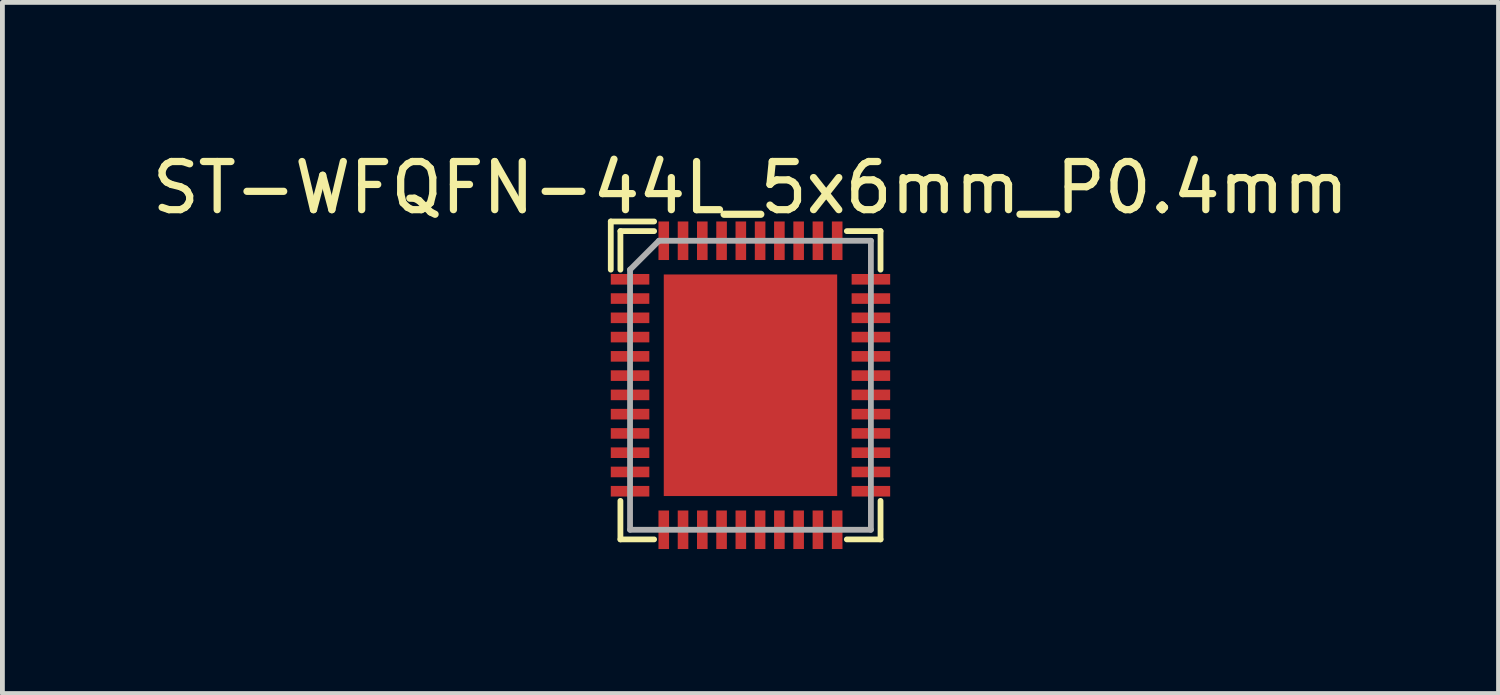
<source format=kicad_pcb>
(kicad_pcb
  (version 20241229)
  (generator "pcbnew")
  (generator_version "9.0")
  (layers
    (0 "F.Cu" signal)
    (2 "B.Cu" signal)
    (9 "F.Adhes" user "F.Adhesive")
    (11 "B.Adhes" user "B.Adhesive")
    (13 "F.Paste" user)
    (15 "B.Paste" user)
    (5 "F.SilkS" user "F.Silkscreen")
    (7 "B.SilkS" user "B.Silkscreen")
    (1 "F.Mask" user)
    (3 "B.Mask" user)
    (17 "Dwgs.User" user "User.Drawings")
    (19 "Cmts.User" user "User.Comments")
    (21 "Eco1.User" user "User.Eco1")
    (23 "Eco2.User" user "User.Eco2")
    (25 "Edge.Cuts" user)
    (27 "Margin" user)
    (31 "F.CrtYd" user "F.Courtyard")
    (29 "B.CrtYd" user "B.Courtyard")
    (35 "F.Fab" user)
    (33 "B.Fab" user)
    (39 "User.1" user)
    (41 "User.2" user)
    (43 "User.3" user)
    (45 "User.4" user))
  (footprint "ST-WFQFN-44L_5x6mm_P0.4mm"
    (layer "F.Cu")
    (at 12.53 4.948)
    (property "Reference" "ST-WFQFN-44L_5x6mm_P0.4mm" (at 0 -4.1 0) (layer "F.SilkS") (effects (font (size 1 1) (thickness 0.15))))
    (attr smd)
    (fp_line (start -2.9 -2.4) (end -2.9 -3.4) (stroke (width 0.12) (type solid)) (layer "F.SilkS"))
    (fp_line (start -2.7 -3.2) (end -2.7 -2.4) (stroke (width 0.12) (type solid)) (layer "F.SilkS"))
    (fp_line (start -2.7 2.4) (end -2.7 3.2) (stroke (width 0.12) (type solid)) (layer "F.SilkS"))
    (fp_line (start -2.7 3.2) (end -2 3.2) (stroke (width 0.12) (type solid)) (layer "F.SilkS"))
    (fp_line (start -2 -3.4) (end -2.9 -3.4) (stroke (width 0.12) (type solid)) (layer "F.SilkS"))
    (fp_line (start -2 -3.2) (end -2.7 -3.2) (stroke (width 0.12) (type solid)) (layer "F.SilkS"))
    (fp_line (start 2 -3.2) (end 2.7 -3.2) (stroke (width 0.12) (type solid)) (layer "F.SilkS"))
    (fp_line (start 2 3.2) (end 2.7 3.2) (stroke (width 0.12) (type solid)) (layer "F.SilkS"))
    (fp_line (start 2.7 -3.2) (end 2.7 -2.4) (stroke (width 0.12) (type solid)) (layer "F.SilkS"))
    (fp_line (start 2.7 3.2) (end 2.7 2.4) (stroke (width 0.12) (type solid)) (layer "F.SilkS"))
    (fp_line (start -2.5 -2.4) (end -1.9 -3) (stroke (width 0.12) (type solid)) (layer "F.Fab"))
    (fp_line (start -2.5 3) (end -2.5 -2.4) (stroke (width 0.12) (type solid)) (layer "F.Fab"))
    (fp_line (start -1.9 -3) (end 2.5 -3) (stroke (width 0.12) (type solid)) (layer "F.Fab"))
    (fp_line (start 2.5 -3) (end 2.5 3) (stroke (width 0.12) (type solid)) (layer "F.Fab"))
    (fp_line (start 2.5 3) (end -2.5 3) (stroke (width 0.12) (type solid)) (layer "F.Fab"))
    (pad "" smd rect (at -1.25 -1.8) (size 1.1 1) (layers "F.Paste"))
    (pad "" smd rect (at -1.25 -0.6) (size 1.1 1) (layers "F.Paste"))
    (pad "" smd rect (at -1.25 0.6) (size 1.1 1) (layers "F.Paste"))
    (pad "" smd rect (at -1.25 1.8) (size 1.1 1) (layers "F.Paste"))
    (pad "" smd rect (at 0 -1.8) (size 1 1) (layers "F.Paste"))
    (pad "" smd rect (at 0 -0.6) (size 1 1) (layers "F.Paste"))
    (pad "" smd rect (at 0 0.6) (size 1 1) (layers "F.Paste"))
    (pad "" smd rect (at 0 1.8) (size 1 1) (layers "F.Paste"))
    (pad "" smd rect (at 1.25 -1.8) (size 1.1 1) (layers "F.Paste"))
    (pad "" smd rect (at 1.25 -0.6) (size 1.1 1) (layers "F.Paste"))
    (pad "" smd rect (at 1.25 0.6) (size 1.1 1) (layers "F.Paste"))
    (pad "" smd rect (at 1.25 1.8) (size 1.1 1) (layers "F.Paste"))
    (pad "1" smd rect (at -2.5 -2.2) (size 0.8 0.22) (layers "F.Cu" "F.Mask" "F.Paste"))
    (pad "2" smd rect (at -2.5 -1.8) (size 0.8 0.22) (layers "F.Cu" "F.Mask" "F.Paste"))
    (pad "3" smd rect (at -2.5 -1.4) (size 0.8 0.22) (layers "F.Cu" "F.Mask" "F.Paste"))
    (pad "4" smd rect (at -2.5 -1) (size 0.8 0.22) (layers "F.Cu" "F.Mask" "F.Paste"))
    (pad "5" smd rect (at -2.5 -0.6) (size 0.8 0.22) (layers "F.Cu" "F.Mask" "F.Paste"))
    (pad "6" smd rect (at -2.5 -0.2) (size 0.8 0.22) (layers "F.Cu" "F.Mask" "F.Paste"))
    (pad "7" smd rect (at -2.5 0.2) (size 0.8 0.22) (layers "F.Cu" "F.Mask" "F.Paste"))
    (pad "8" smd rect (at -2.5 0.6) (size 0.8 0.22) (layers "F.Cu" "F.Mask" "F.Paste"))
    (pad "9" smd rect (at -2.5 1) (size 0.8 0.22) (layers "F.Cu" "F.Mask" "F.Paste"))
    (pad "10" smd rect (at -2.5 1.4) (size 0.8 0.22) (layers "F.Cu" "F.Mask" "F.Paste"))
    (pad "11" smd rect (at -2.5 1.8) (size 0.8 0.22) (layers "F.Cu" "F.Mask" "F.Paste"))
    (pad "12" smd rect (at -2.5 2.2) (size 0.8 0.22) (layers "F.Cu" "F.Mask" "F.Paste"))
    (pad "13" smd rect (at -1.8 3 90) (size 0.8 0.22) (layers "F.Cu" "F.Mask" "F.Paste"))
    (pad "14" smd rect (at -1.4 3 90) (size 0.8 0.22) (layers "F.Cu" "F.Mask" "F.Paste"))
    (pad "15" smd rect (at -1 3 90) (size 0.8 0.22) (layers "F.Cu" "F.Mask" "F.Paste"))
    (pad "16" smd rect (at -0.6 3 90) (size 0.8 0.22) (layers "F.Cu" "F.Mask" "F.Paste"))
    (pad "17" smd rect (at -0.2 3 90) (size 0.8 0.22) (layers "F.Cu" "F.Mask" "F.Paste"))
    (pad "18" smd rect (at 0.2 3 90) (size 0.8 0.22) (layers "F.Cu" "F.Mask" "F.Paste"))
    (pad "19" smd rect (at 0.6 3 90) (size 0.8 0.22) (layers "F.Cu" "F.Mask" "F.Paste"))
    (pad "20" smd rect (at 1 3 90) (size 0.8 0.22) (layers "F.Cu" "F.Mask" "F.Paste"))
    (pad "21" smd rect (at 1.4 3 90) (size 0.8 0.22) (layers "F.Cu" "F.Mask" "F.Paste"))
    (pad "22" smd rect (at 1.8 3 90) (size 0.8 0.22) (layers "F.Cu" "F.Mask" "F.Paste"))
    (pad "23" smd rect (at 2.5 2.2 180) (size 0.8 0.22) (layers "F.Cu" "F.Mask" "F.Paste"))
    (pad "24" smd rect (at 2.5 1.8 180) (size 0.8 0.22) (layers "F.Cu" "F.Mask" "F.Paste"))
    (pad "25" smd rect (at 2.5 1.4 180) (size 0.8 0.22) (layers "F.Cu" "F.Mask" "F.Paste"))
    (pad "26" smd rect (at 2.5 1 180) (size 0.8 0.22) (layers "F.Cu" "F.Mask" "F.Paste"))
    (pad "27" smd rect (at 2.5 0.6 180) (size 0.8 0.22) (layers "F.Cu" "F.Mask" "F.Paste"))
    (pad "28" smd rect (at 2.5 0.2 180) (size 0.8 0.22) (layers "F.Cu" "F.Mask" "F.Paste"))
    (pad "29" smd rect (at 2.5 -0.2 180) (size 0.8 0.22) (layers "F.Cu" "F.Mask" "F.Paste"))
    (pad "30" smd rect (at 2.5 -0.6 180) (size 0.8 0.22) (layers "F.Cu" "F.Mask" "F.Paste"))
    (pad "31" smd rect (at 2.5 -1 180) (size 0.8 0.22) (layers "F.Cu" "F.Mask" "F.Paste"))
    (pad "32" smd rect (at 2.5 -1.4 180) (size 0.8 0.22) (layers "F.Cu" "F.Mask" "F.Paste"))
    (pad "33" smd rect (at 2.5 -1.8 180) (size 0.8 0.22) (layers "F.Cu" "F.Mask" "F.Paste"))
    (pad "34" smd rect (at 2.5 -2.2 180) (size 0.8 0.22) (layers "F.Cu" "F.Mask" "F.Paste"))
    (pad "35" smd rect (at 1.8 -3 270) (size 0.8 0.22) (layers "F.Cu" "F.Mask" "F.Paste"))
    (pad "36" smd rect (at 1.4 -3 270) (size 0.8 0.22) (layers "F.Cu" "F.Mask" "F.Paste"))
    (pad "37" smd rect (at 1 -3 270) (size 0.8 0.22) (layers "F.Cu" "F.Mask" "F.Paste"))
    (pad "38" smd rect (at 0.6 -3 270) (size 0.8 0.22) (layers "F.Cu" "F.Mask" "F.Paste"))
    (pad "39" smd rect (at 0.2 -3 270) (size 0.8 0.22) (layers "F.Cu" "F.Mask" "F.Paste"))
    (pad "40" smd rect (at -0.2 -3 270) (size 0.8 0.22) (layers "F.Cu" "F.Mask" "F.Paste"))
    (pad "41" smd rect (at -0.6 -3 270) (size 0.8 0.22) (layers "F.Cu" "F.Mask" "F.Paste"))
    (pad "42" smd rect (at -1 -3 270) (size 0.8 0.22) (layers "F.Cu" "F.Mask" "F.Paste"))
    (pad "43" smd rect (at -1.4 -3 270) (size 0.8 0.22) (layers "F.Cu" "F.Mask" "F.Paste"))
    (pad "44" smd rect (at -1.8 -3 270) (size 0.8 0.22) (layers "F.Cu" "F.Mask" "F.Paste"))
    (pad "45" smd rect (at 0 0) (size 3.6 4.6) (layers "F.Cu" "F.Mask")))
  (gr_rect
    (start -3 -3)
    (end 28.06 11.348)
    (stroke (width 0.1) (type default))
    (fill no)
    (layer "Edge.Cuts")))
</source>
